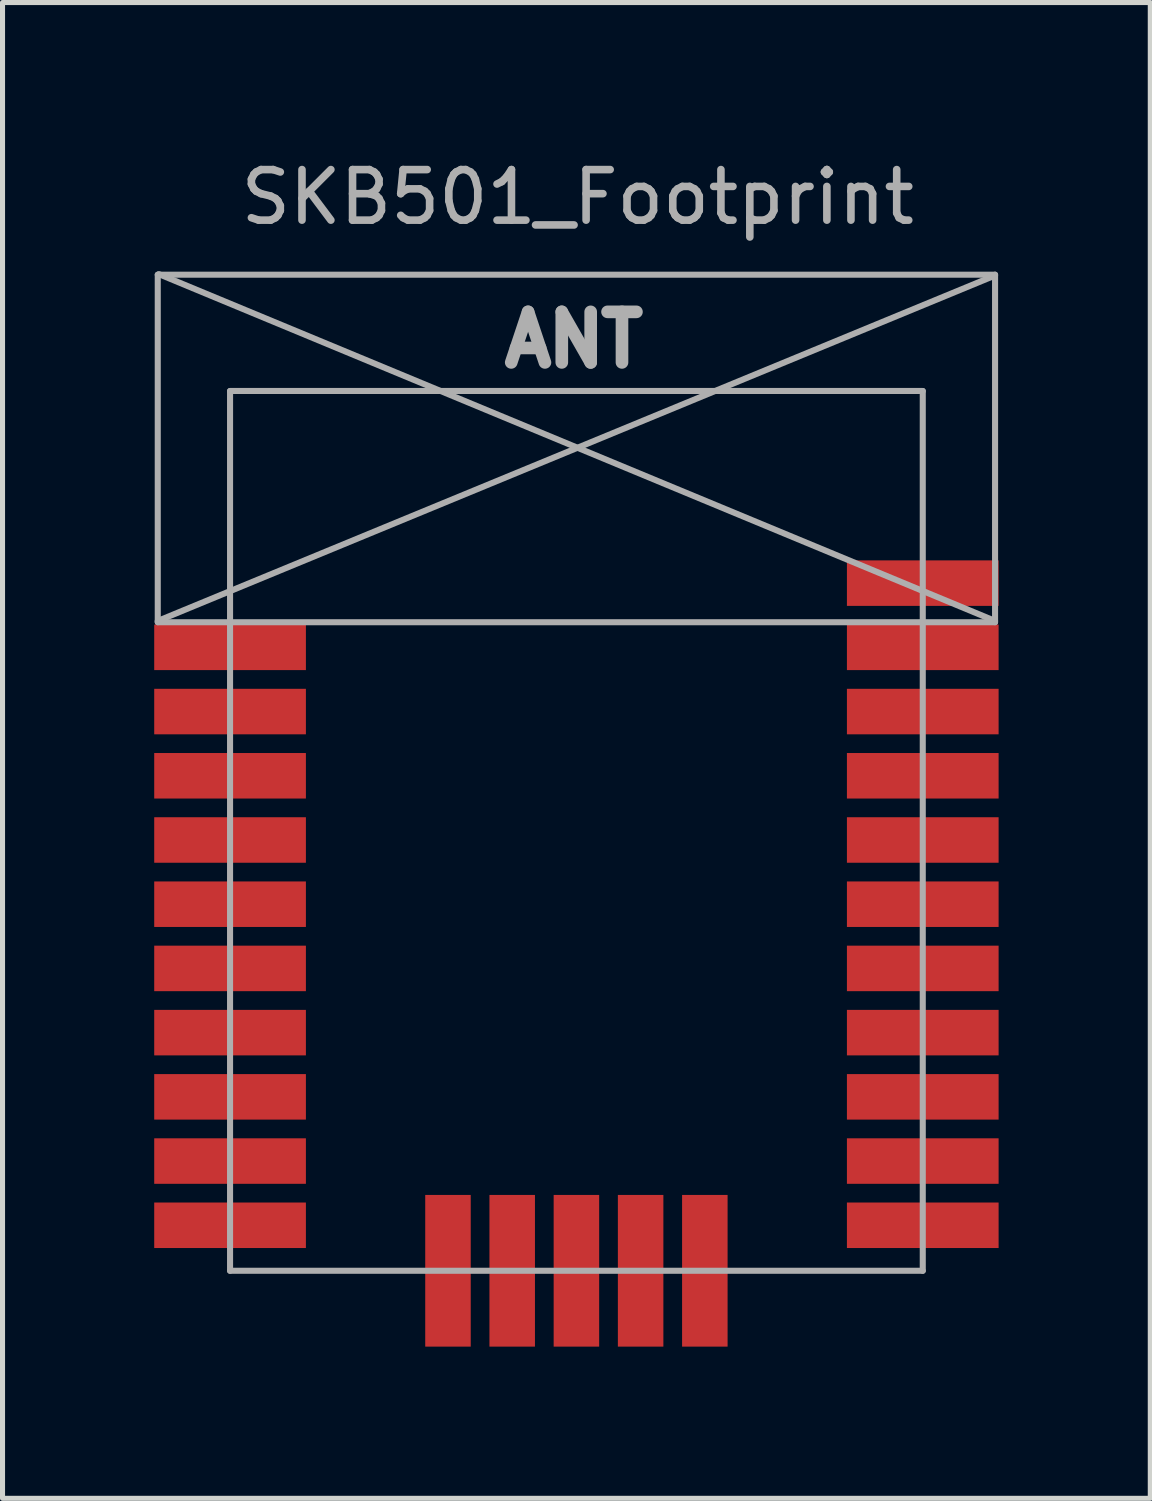
<source format=kicad_pcb>
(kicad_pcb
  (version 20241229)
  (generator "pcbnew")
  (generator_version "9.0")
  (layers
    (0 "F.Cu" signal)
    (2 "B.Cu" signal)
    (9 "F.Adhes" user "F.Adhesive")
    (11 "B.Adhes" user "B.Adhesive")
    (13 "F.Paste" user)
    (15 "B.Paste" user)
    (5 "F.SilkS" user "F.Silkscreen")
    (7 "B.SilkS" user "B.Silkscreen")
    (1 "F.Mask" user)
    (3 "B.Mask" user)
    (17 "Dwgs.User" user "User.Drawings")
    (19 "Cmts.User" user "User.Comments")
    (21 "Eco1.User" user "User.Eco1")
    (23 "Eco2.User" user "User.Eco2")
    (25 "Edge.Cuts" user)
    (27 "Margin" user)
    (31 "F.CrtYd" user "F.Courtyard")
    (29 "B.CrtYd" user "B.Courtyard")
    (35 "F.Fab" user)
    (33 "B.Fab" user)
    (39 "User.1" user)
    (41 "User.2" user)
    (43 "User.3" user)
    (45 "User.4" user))
  (footprint "SKB501_Footprint"
    (layer "F.Cu")
    (at 8.35 22.083)
    (property "Reference" "SKB501_Footprint" (at 0.025 -21.234 0) (layer "F.Fab") (effects (font (size 1 1) (thickness 0.15))))
    (attr through_hole)
    (fp_line (start -8.28 -19.7) (end -8.28 -12.827) (stroke (width 0.12) (type solid)) (layer "F.Fab"))
    (fp_line (start -8.28 -19.7) (end 8.28 -19.7) (stroke (width 0.12) (type solid)) (layer "F.Fab"))
    (fp_line (start -8.28 -12.827) (end 8.28 -12.827) (stroke (width 0.12) (type solid)) (layer "F.Fab"))
    (fp_line (start -8.255 -19.71) (end 8.28 -12.852) (stroke (width 0.12) (type solid)) (layer "F.Fab"))
    (fp_line (start -6.85 0) (end -6.85 -17.4) (stroke (width 0.12) (type solid)) (layer "F.Fab"))
    (fp_line (start -6.85 0) (end 6.85 0) (stroke (width 0.12) (type solid)) (layer "F.Fab"))
    (fp_line (start 6.85 -17.4) (end -6.85 -17.4) (stroke (width 0.12) (type solid)) (layer "F.Fab"))
    (fp_line (start 6.85 0) (end 6.85 -17.4) (stroke (width 0.12) (type solid)) (layer "F.Fab"))
    (fp_line (start 8.28 -19.7) (end 8.28 -12.827) (stroke (width 0.12) (type solid)) (layer "F.Fab"))
    (fp_line (start 8.28 -19.685) (end -8.28 -12.852) (stroke (width 0.12) (type solid)) (layer "F.Fab"))
    (fp_text user "ANT" (at -0.051 -18.415 0) (layer "F.Fab") (effects (font (size 1 1) (thickness 0.25))))
    (pad "1" smd rect (at -6.85 -12.33 90) (size 0.9 3) (layers "F.Cu" "F.Mask" "F.Paste"))
    (pad "2" smd rect (at -6.85 -11.06 90) (size 0.9 3) (layers "F.Cu" "F.Mask" "F.Paste"))
    (pad "3" smd rect (at -6.85 -9.79 90) (size 0.9 3) (layers "F.Cu" "F.Mask" "F.Paste"))
    (pad "4" smd rect (at -6.85 -8.52 90) (size 0.9 3) (layers "F.Cu" "F.Mask" "F.Paste"))
    (pad "5" smd rect (at -6.85 -7.25 90) (size 0.9 3) (layers "F.Cu" "F.Mask" "F.Paste"))
    (pad "6" smd rect (at -6.85 -5.98 90) (size 0.9 3) (layers "F.Cu" "F.Mask" "F.Paste"))
    (pad "7" smd rect (at -6.85 -4.71 90) (size 0.9 3) (layers "F.Cu" "F.Mask" "F.Paste"))
    (pad "8" smd rect (at -6.85 -3.44 90) (size 0.9 3) (layers "F.Cu" "F.Mask" "F.Paste"))
    (pad "9" smd rect (at -6.85 -2.17 90) (size 0.9 3) (layers "F.Cu" "F.Mask" "F.Paste"))
    (pad "10" smd rect (at -6.85 -0.9 90) (size 0.9 3) (layers "F.Cu" "F.Mask" "F.Paste"))
    (pad "11" smd rect (at -2.54 0) (size 0.9 3) (layers "F.Cu" "F.Mask" "F.Paste"))
    (pad "12" smd rect (at -1.27 0) (size 0.9 3) (layers "F.Cu" "F.Mask" "F.Paste"))
    (pad "13" smd rect (at 0 0) (size 0.9 3) (layers "F.Cu" "F.Mask" "F.Paste"))
    (pad "14" smd rect (at 1.27 0) (size 0.9 3) (layers "F.Cu" "F.Mask" "F.Paste"))
    (pad "15" smd rect (at 2.54 0) (size 0.9 3) (layers "F.Cu" "F.Mask" "F.Paste"))
    (pad "16" smd rect (at 6.85 -0.9 90) (size 0.9 3) (layers "F.Cu" "F.Mask" "F.Paste"))
    (pad "17" smd rect (at 6.85 -2.17 90) (size 0.9 3) (layers "F.Cu" "F.Mask" "F.Paste"))
    (pad "18" smd rect (at 6.85 -3.44 90) (size 0.9 3) (layers "F.Cu" "F.Mask" "F.Paste"))
    (pad "19" smd rect (at 6.85 -4.71 90) (size 0.9 3) (layers "F.Cu" "F.Mask" "F.Paste"))
    (pad "20" smd rect (at 6.85 -5.98 90) (size 0.9 3) (layers "F.Cu" "F.Mask" "F.Paste"))
    (pad "21" smd rect (at 6.85 -7.25 90) (size 0.9 3) (layers "F.Cu" "F.Mask" "F.Paste"))
    (pad "22" smd rect (at 6.85 -8.52 90) (size 0.9 3) (layers "F.Cu" "F.Mask" "F.Paste"))
    (pad "23" smd rect (at 6.85 -9.79 90) (size 0.9 3) (layers "F.Cu" "F.Mask" "F.Paste"))
    (pad "24" smd rect (at 6.85 -11.06 90) (size 0.9 3) (layers "F.Cu" "F.Mask" "F.Paste"))
    (pad "25" smd rect (at 6.85 -12.33 90) (size 0.9 3) (layers "F.Cu" "F.Mask" "F.Paste"))
    (pad "26" smd rect (at 6.85 -13.6 90) (size 0.9 3) (layers "F.Cu" "F.Mask" "F.Paste")))
  (gr_rect
    (start -3 -3)
    (end 19.7 26.583)
    (stroke (width 0.1) (type default))
    (fill no)
    (layer "Edge.Cuts")))
</source>
